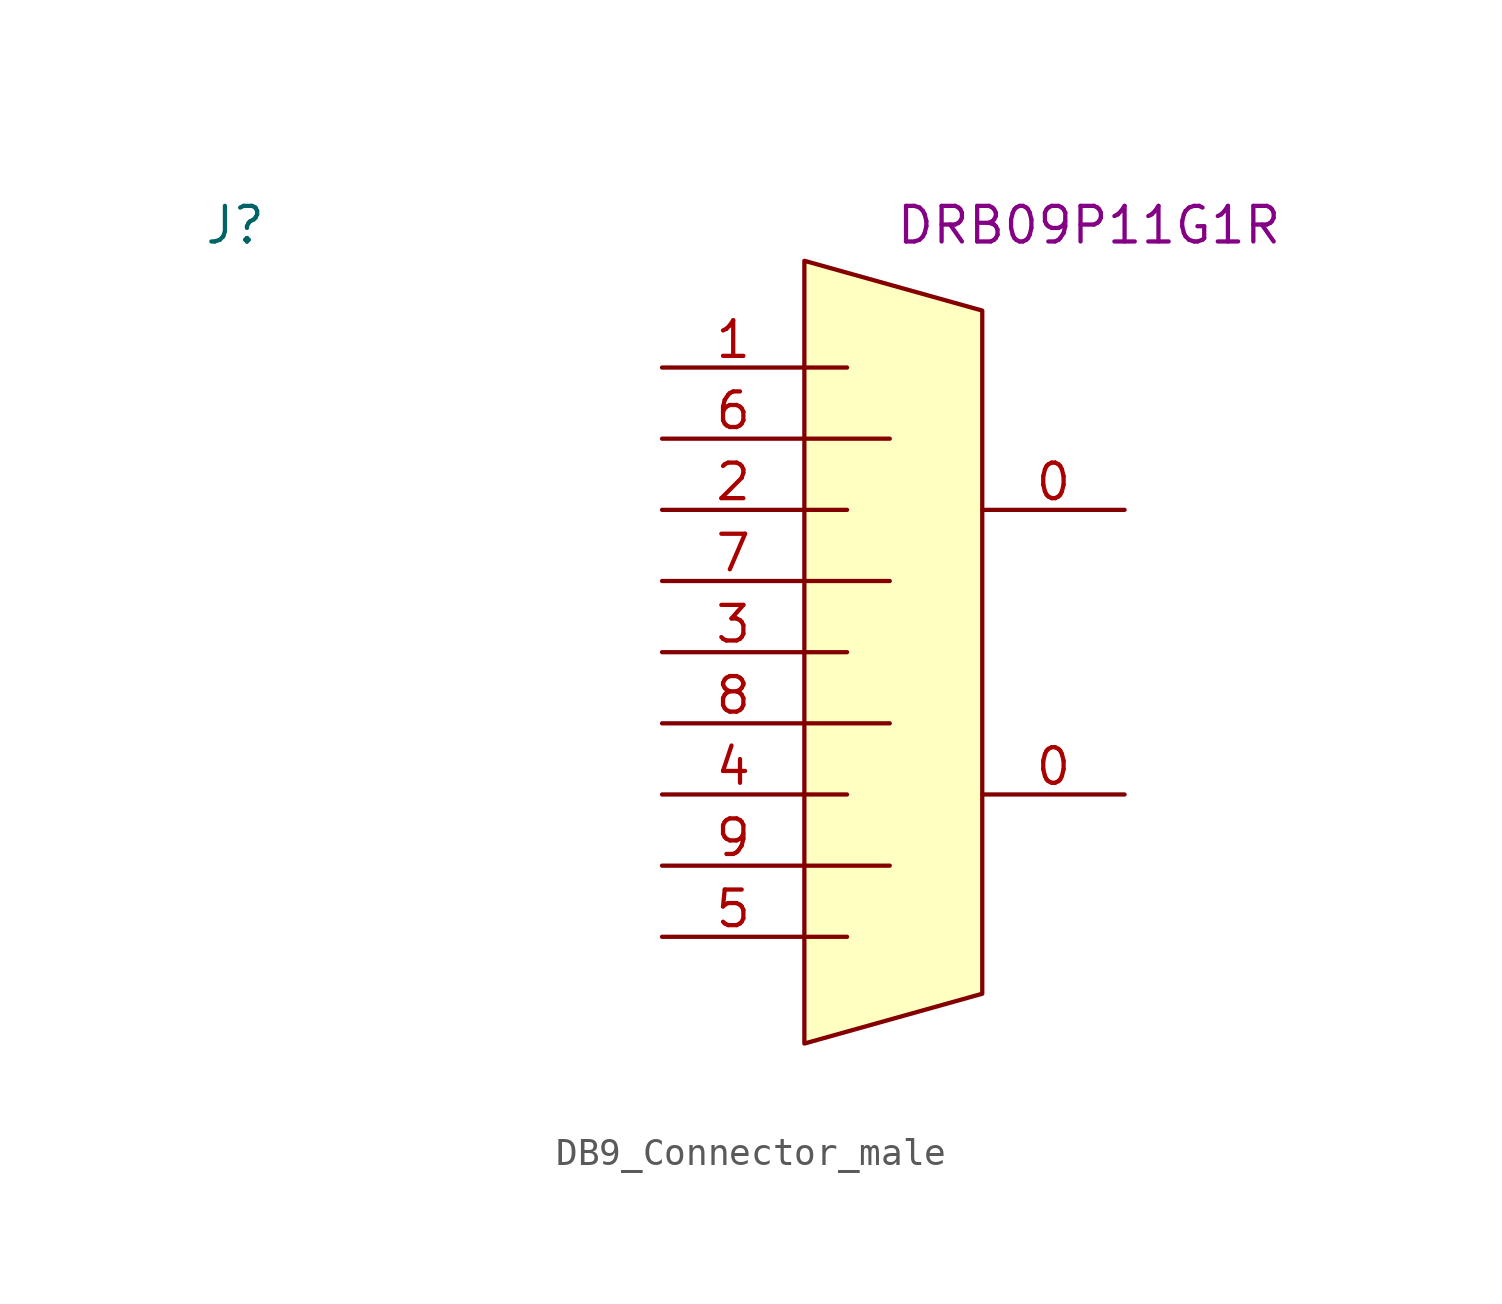
<source format=kicad_sym>
(kicad_symbol_lib
  (version 20231120)
  (generator "kicad_symbol_editor")
  (generator_version "8.0")
  (symbol "DB9_Connector_male"
    (property "Reference" "J"
      (at -20.32 5.08 0)
      (effects (font (size 1.27 1.27))))
    (property "Display Value" "DRB09P11G1R"
      (at 10.16 5.08 0)
      (effects (font (size 1.27 1.27))))
    (symbol "DB9_Connector_male_0_1"
      (polyline (pts (xy 0 -20.32) (xy 1.524 -20.32)) (stroke (width 0) (type default)) (fill (type none)))
      (polyline (pts (xy 0 -17.78) (xy 3.048 -17.78)) (stroke (width 0) (type default)) (fill (type none)))
      (polyline (pts (xy 0 -15.24) (xy 1.524 -15.24)) (stroke (width 0) (type default)) (fill (type none)))
      (polyline (pts (xy 0 -12.7) (xy 3.048 -12.7)) (stroke (width 0) (type default)) (fill (type none)))
      (polyline (pts (xy 0 -10.16) (xy 1.524 -10.16)) (stroke (width 0) (type default)) (fill (type none)))
      (polyline (pts (xy 0 -7.62) (xy 3.048 -7.62)) (stroke (width 0) (type default)) (fill (type none)))
      (polyline (pts (xy 0 -5.08) (xy 1.524 -5.08)) (stroke (width 0) (type default)) (fill (type none)))
      (polyline (pts (xy 0 -2.54) (xy 3.048 -2.54)) (stroke (width 0) (type default)) (fill (type none)))
      (polyline (pts (xy 0 0) (xy 1.524 0)) (stroke (width 0) (type default)) (fill (type none))))
    (symbol "DB9_Connector_male_1_1"
      (polyline (pts (xy 0 -24.13) (xy 0 3.81) (xy 6.35 2.032) (xy 6.35 -22.352) (xy 0 -24.13)) (stroke (width 0) (type default)) (fill (type background)))
      (pin unspecified line (at 11.43 -15.24 180) (length 5.08) (name "" (effects (font (size 1.27 1.27)))) (number "0" (effects (font (size 1.27 1.27)))))
      (pin unspecified line (at 11.43 -5.08 180) (length 5.08) (name "" (effects (font (size 1.27 1.27)))) (number "0" (effects (font (size 1.27 1.27)))))
      (pin unspecified line (at -5.08 0 0) (length 5.08) (name "" (effects (font (size 1.27 1.27)))) (number "1" (effects (font (size 1.27 1.27)))))
      (pin unspecified line (at -5.08 -5.08 0) (length 5.08) (name "" (effects (font (size 1.27 1.27)))) (number "2" (effects (font (size 1.27 1.27)))))
      (pin unspecified line (at -5.08 -10.16 0) (length 5.08) (name "" (effects (font (size 1.27 1.27)))) (number "3" (effects (font (size 1.27 1.27)))))
      (pin unspecified line (at -5.08 -15.24 0) (length 5.08) (name "" (effects (font (size 1.27 1.27)))) (number "4" (effects (font (size 1.27 1.27)))))
      (pin unspecified line (at -5.08 -20.32 0) (length 5.08) (name "" (effects (font (size 1.27 1.27)))) (number "5" (effects (font (size 1.27 1.27)))))
      (pin unspecified line (at -5.08 -2.54 0) (length 5.08) (name "" (effects (font (size 1.27 1.27)))) (number "6" (effects (font (size 1.27 1.27)))))
      (pin unspecified line (at -5.08 -7.62 0) (length 5.08) (name "" (effects (font (size 1.27 1.27)))) (number "7" (effects (font (size 1.27 1.27)))))
      (pin unspecified line (at -5.08 -12.7 0) (length 5.08) (name "" (effects (font (size 1.27 1.27)))) (number "8" (effects (font (size 1.27 1.27)))))
      (pin unspecified line (at -5.08 -17.78 0) (length 5.08) (name "" (effects (font (size 1.27 1.27)))) (number "9" (effects (font (size 1.27 1.27))))))))
</source>
